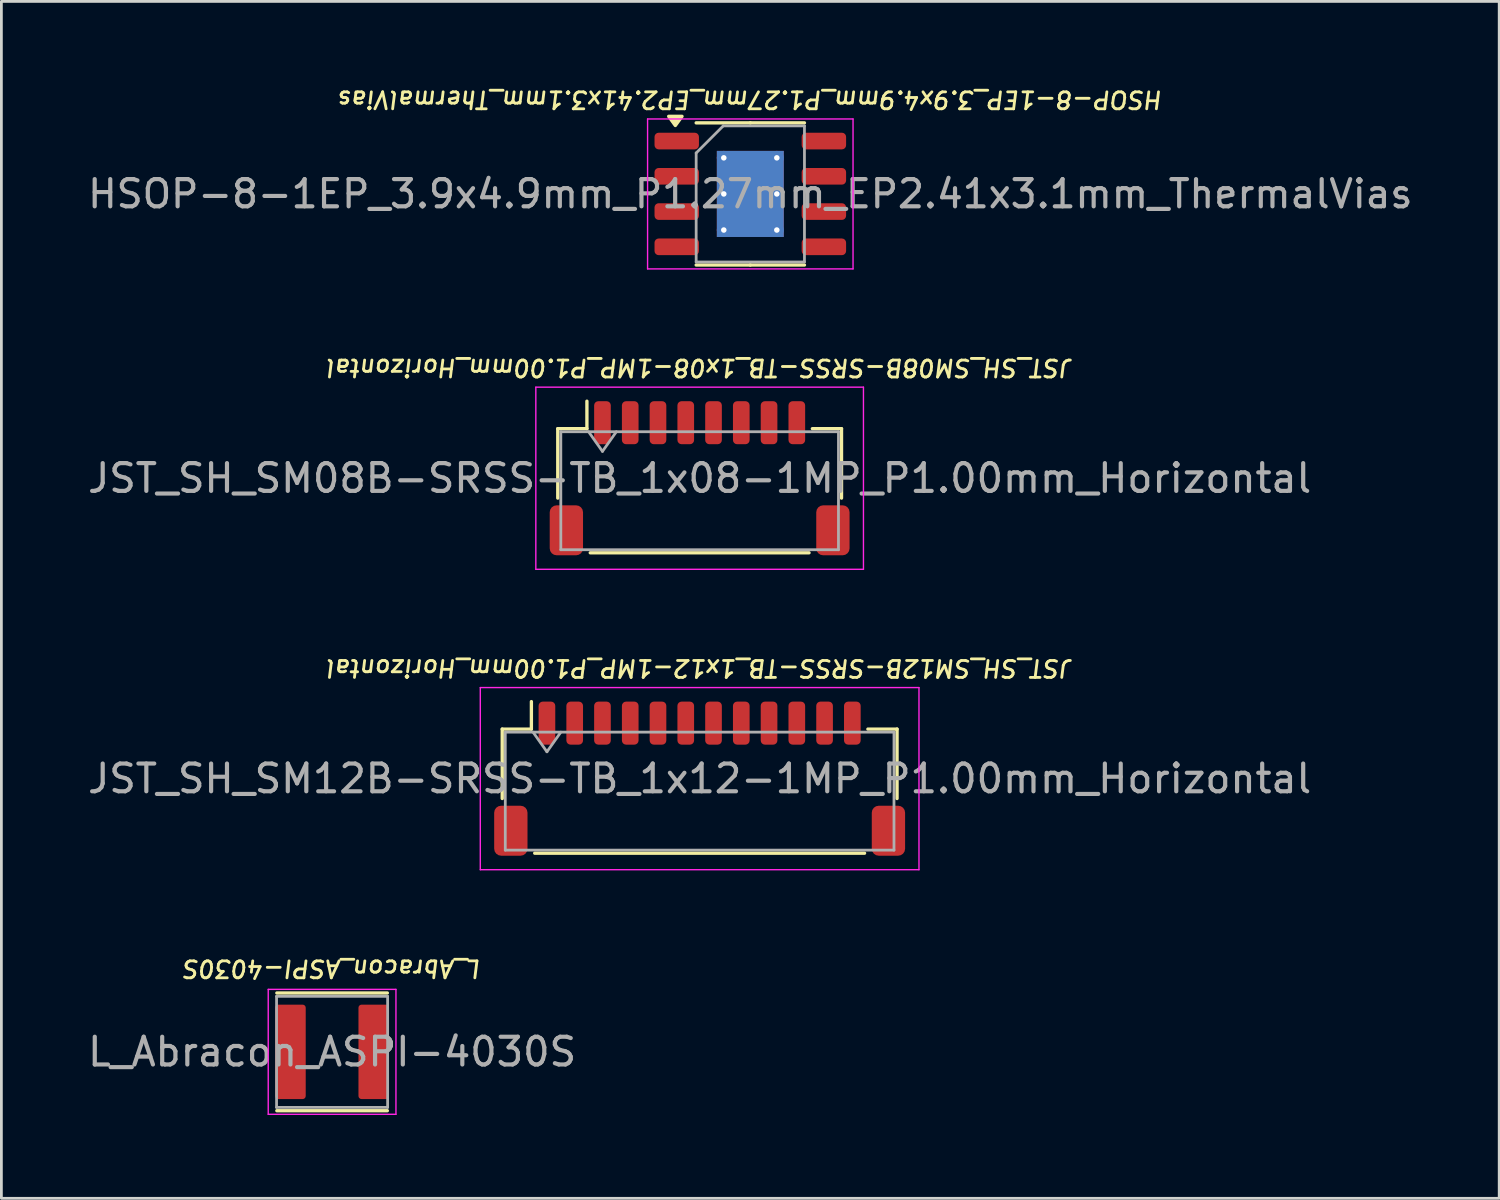
<source format=kicad_pcb>
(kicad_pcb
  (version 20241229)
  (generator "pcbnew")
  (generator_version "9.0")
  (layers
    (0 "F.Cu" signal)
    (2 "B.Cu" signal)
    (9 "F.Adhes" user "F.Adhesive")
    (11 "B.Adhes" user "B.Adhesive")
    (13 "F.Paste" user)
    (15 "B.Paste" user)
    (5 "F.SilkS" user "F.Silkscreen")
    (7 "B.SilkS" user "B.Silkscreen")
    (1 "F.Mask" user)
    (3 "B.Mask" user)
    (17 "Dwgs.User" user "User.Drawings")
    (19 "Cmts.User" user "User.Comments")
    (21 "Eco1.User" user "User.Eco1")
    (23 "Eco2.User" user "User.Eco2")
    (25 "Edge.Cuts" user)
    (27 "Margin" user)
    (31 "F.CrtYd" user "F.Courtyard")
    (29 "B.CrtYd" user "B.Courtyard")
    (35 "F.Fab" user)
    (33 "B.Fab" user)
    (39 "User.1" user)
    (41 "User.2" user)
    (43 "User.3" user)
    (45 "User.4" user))
  (footprint "JST_SH_SM12B-SRSS-TB_1x12-1MP_P1.00mm_Horizontal"
    (layer "F.Cu")
    (at 22.149 24.995)
    (property "Reference" "JST_SH_SM12B-SRSS-TB_1x12-1MP_P1.00mm_Horizontal" (at 0 -3.98 180) (unlocked yes) (layer "F.SilkS") (effects (font (size 0.61 0.61) (thickness 0.102) (italic yes))))
    (attr smd)
    (fp_line (start -7.11 -1.785) (end -6.06 -1.785) (stroke (width 0.12) (type solid)) (layer "F.SilkS"))
    (fp_line (start -7.11 0.715) (end -7.11 -1.785) (stroke (width 0.12) (type solid)) (layer "F.SilkS"))
    (fp_line (start -6.06 -1.785) (end -6.06 -2.775) (stroke (width 0.12) (type solid)) (layer "F.SilkS"))
    (fp_line (start -5.94 2.685) (end 5.94 2.685) (stroke (width 0.12) (type solid)) (layer "F.SilkS"))
    (fp_line (start 7.11 -1.785) (end 6.06 -1.785) (stroke (width 0.12) (type solid)) (layer "F.SilkS"))
    (fp_line (start 7.11 0.715) (end 7.11 -1.785) (stroke (width 0.12) (type solid)) (layer "F.SilkS"))
    (fp_line (start -7.9 -3.28) (end -7.9 3.28) (stroke (width 0.05) (type solid)) (layer "F.CrtYd"))
    (fp_line (start -7.9 3.28) (end 7.9 3.28) (stroke (width 0.05) (type solid)) (layer "F.CrtYd"))
    (fp_line (start 7.9 -3.28) (end -7.9 -3.28) (stroke (width 0.05) (type solid)) (layer "F.CrtYd"))
    (fp_line (start 7.9 3.28) (end 7.9 -3.28) (stroke (width 0.05) (type solid)) (layer "F.CrtYd"))
    (fp_line (start -7 -1.675) (end -7 2.575) (stroke (width 0.1) (type solid)) (layer "F.Fab"))
    (fp_line (start -7 -1.675) (end 7 -1.675) (stroke (width 0.1) (type solid)) (layer "F.Fab"))
    (fp_line (start -7 2.575) (end 7 2.575) (stroke (width 0.1) (type solid)) (layer "F.Fab"))
    (fp_line (start -6 -1.675) (end -5.5 -0.968) (stroke (width 0.1) (type solid)) (layer "F.Fab"))
    (fp_line (start -5.5 -0.968) (end -5 -1.675) (stroke (width 0.1) (type solid)) (layer "F.Fab"))
    (fp_line (start 7 -1.675) (end 7 2.575) (stroke (width 0.1) (type solid)) (layer "F.Fab"))
    (fp_text user "${REFERENCE}" (at 0 0 0) (layer "F.Fab") (effects (font (size 1 1) (thickness 0.15))))
    (pad "1" smd roundrect (at -5.5 -2 180) (size 0.6 1.55) (layers "F.Cu" "F.Mask" "F.Paste") (roundrect_rratio 0.25))
    (pad "2" smd roundrect (at -4.5 -2 180) (size 0.6 1.55) (layers "F.Cu" "F.Mask" "F.Paste") (roundrect_rratio 0.25))
    (pad "3" smd roundrect (at -3.5 -2 180) (size 0.6 1.55) (layers "F.Cu" "F.Mask" "F.Paste") (roundrect_rratio 0.25))
    (pad "4" smd roundrect (at -2.5 -2 180) (size 0.6 1.55) (layers "F.Cu" "F.Mask" "F.Paste") (roundrect_rratio 0.25))
    (pad "5" smd roundrect (at -1.5 -2 180) (size 0.6 1.55) (layers "F.Cu" "F.Mask" "F.Paste") (roundrect_rratio 0.25))
    (pad "6" smd roundrect (at -0.5 -2 180) (size 0.6 1.55) (layers "F.Cu" "F.Mask" "F.Paste") (roundrect_rratio 0.25))
    (pad "7" smd roundrect (at 0.5 -2 180) (size 0.6 1.55) (layers "F.Cu" "F.Mask" "F.Paste") (roundrect_rratio 0.25))
    (pad "8" smd roundrect (at 1.5 -2 180) (size 0.6 1.55) (layers "F.Cu" "F.Mask" "F.Paste") (roundrect_rratio 0.25))
    (pad "9" smd roundrect (at 2.5 -2 180) (size 0.6 1.55) (layers "F.Cu" "F.Mask" "F.Paste") (roundrect_rratio 0.25))
    (pad "10" smd roundrect (at 3.5 -2 180) (size 0.6 1.55) (layers "F.Cu" "F.Mask" "F.Paste") (roundrect_rratio 0.25))
    (pad "11" smd roundrect (at 4.5 -2 180) (size 0.6 1.55) (layers "F.Cu" "F.Mask" "F.Paste") (roundrect_rratio 0.25))
    (pad "12" smd roundrect (at 5.5 -2 180) (size 0.6 1.55) (layers "F.Cu" "F.Mask" "F.Paste") (roundrect_rratio 0.25))
    (pad "MP" smd roundrect (at -6.8 1.875 180) (size 1.2 1.8) (layers "F.Cu" "F.Mask" "F.Paste") (roundrect_rratio 0.208))
    (pad "MP" smd roundrect (at 6.8 1.875 180) (size 1.2 1.8) (layers "F.Cu" "F.Mask" "F.Paste") (roundrect_rratio 0.208)))
  (footprint "HSOP-8-1EP_3.9x4.9mm_P1.27mm_EP2.41x3.1mm_ThermalVias"
    (layer "F.Cu")
    (at 23.974 3.935)
    (property "Reference" "HSOP-8-1EP_3.9x4.9mm_P1.27mm_EP2.41x3.1mm_ThermalVias" (at 0 -3.4 180) (unlocked yes) (layer "F.SilkS") (effects (font (size 0.61 0.61) (thickness 0.102) (italic yes))))
    (attr smd)
    (fp_line (start 0 -2.56) (end -1.95 -2.56) (stroke (width 0.12) (type solid)) (layer "F.SilkS"))
    (fp_line (start 0 -2.56) (end 1.95 -2.56) (stroke (width 0.12) (type solid)) (layer "F.SilkS"))
    (fp_line (start 0 2.56) (end -1.95 2.56) (stroke (width 0.12) (type solid)) (layer "F.SilkS"))
    (fp_line (start 0 2.56) (end 1.95 2.56) (stroke (width 0.12) (type solid)) (layer "F.SilkS"))
    (fp_poly (pts (xy -2.7 -2.465) (xy -2.94 -2.795) (xy -2.46 -2.795) (xy -2.7 -2.465)) (stroke (width 0.12) (type solid)) (fill yes) (layer "F.SilkS"))
    (fp_line (start -3.7 -2.7) (end -3.7 2.7) (stroke (width 0.05) (type solid)) (layer "F.CrtYd"))
    (fp_line (start -3.7 2.7) (end 3.7 2.7) (stroke (width 0.05) (type solid)) (layer "F.CrtYd"))
    (fp_line (start 3.7 -2.7) (end -3.7 -2.7) (stroke (width 0.05) (type solid)) (layer "F.CrtYd"))
    (fp_line (start 3.7 2.7) (end 3.7 -2.7) (stroke (width 0.05) (type solid)) (layer "F.CrtYd"))
    (fp_line (start -1.95 -1.475) (end -0.975 -2.45) (stroke (width 0.1) (type solid)) (layer "F.Fab"))
    (fp_line (start -1.95 2.45) (end -1.95 -1.475) (stroke (width 0.1) (type solid)) (layer "F.Fab"))
    (fp_line (start -0.975 -2.45) (end 1.95 -2.45) (stroke (width 0.1) (type solid)) (layer "F.Fab"))
    (fp_line (start 1.95 -2.45) (end 1.95 2.45) (stroke (width 0.1) (type solid)) (layer "F.Fab"))
    (fp_line (start 1.95 2.45) (end -1.95 2.45) (stroke (width 0.1) (type solid)) (layer "F.Fab"))
    (fp_text user "${REFERENCE}" (at 0 0 0) (layer "F.Fab") (effects (font (size 0.98 0.98) (thickness 0.15))))
    (pad "" smd roundrect (at -0.6 -0.775 180) (size 0.97 1.25) (layers "F.Paste") (roundrect_rratio 0.25))
    (pad "" smd roundrect (at -0.6 0.775 180) (size 0.97 1.25) (layers "F.Paste") (roundrect_rratio 0.25))
    (pad "" smd roundrect (at 0.6 -0.775 180) (size 0.97 1.25) (layers "F.Paste") (roundrect_rratio 0.25))
    (pad "" smd roundrect (at 0.6 0.775 180) (size 0.97 1.25) (layers "F.Paste") (roundrect_rratio 0.25))
    (pad "1" smd roundrect (at -2.65 -1.905 180) (size 1.6 0.6) (layers "F.Cu" "F.Mask" "F.Paste") (roundrect_rratio 0.25))
    (pad "2" smd roundrect (at -2.65 -0.635 180) (size 1.6 0.6) (layers "F.Cu" "F.Mask" "F.Paste") (roundrect_rratio 0.25))
    (pad "3" smd roundrect (at -2.65 0.635 180) (size 1.6 0.6) (layers "F.Cu" "F.Mask" "F.Paste") (roundrect_rratio 0.25))
    (pad "4" smd roundrect (at -2.65 1.905 180) (size 1.6 0.6) (layers "F.Cu" "F.Mask" "F.Paste") (roundrect_rratio 0.25))
    (pad "5" smd roundrect (at 2.65 1.905 180) (size 1.6 0.6) (layers "F.Cu" "F.Mask" "F.Paste") (roundrect_rratio 0.25))
    (pad "6" smd roundrect (at 2.65 0.635 180) (size 1.6 0.6) (layers "F.Cu" "F.Mask" "F.Paste") (roundrect_rratio 0.25))
    (pad "7" smd roundrect (at 2.65 -0.635 180) (size 1.6 0.6) (layers "F.Cu" "F.Mask" "F.Paste") (roundrect_rratio 0.25))
    (pad "8" smd roundrect (at 2.65 -1.905 180) (size 1.6 0.6) (layers "F.Cu" "F.Mask" "F.Paste") (roundrect_rratio 0.25))
    (pad "9" thru_hole circle (at -0.955 -1.3 180) (size 0.5 0.5) (drill 0.2) (property pad_prop_heatsink) (layers "*.Cu"))
    (pad "9" thru_hole circle (at -0.955 0 180) (size 0.5 0.5) (drill 0.2) (property pad_prop_heatsink) (layers "*.Cu"))
    (pad "9" thru_hole circle (at -0.955 1.3 180) (size 0.5 0.5) (drill 0.2) (property pad_prop_heatsink) (layers "*.Cu"))
    (pad "9" smd rect (at 0 0 180) (size 2.41 3.1) (property pad_prop_heatsink) (layers "F.Cu" "F.Mask"))
    (pad "9" smd rect (at 0 0 180) (size 2.41 3.1) (property pad_prop_heatsink) (layers "B.Cu"))
    (pad "9" thru_hole circle (at 0.955 -1.3 180) (size 0.5 0.5) (drill 0.2) (property pad_prop_heatsink) (layers "*.Cu"))
    (pad "9" thru_hole circle (at 0.955 0 180) (size 0.5 0.5) (drill 0.2) (property pad_prop_heatsink) (layers "*.Cu"))
    (pad "9" thru_hole circle (at 0.955 1.3 180) (size 0.5 0.5) (drill 0.2) (property pad_prop_heatsink) (layers "*.Cu")))
  (footprint "L_Abracon_ASPI-4030S"
    (layer "F.Cu")
    (at 8.911 34.835)
    (property "Reference" "L_Abracon_ASPI-4030S" (at 0 -3 180) (unlocked yes) (layer "F.SilkS") (effects (font (size 0.61 0.61) (thickness 0.102) (italic yes))))
    (attr smd)
    (fp_line (start -1.99 -2.12) (end 1.99 -2.12) (stroke (width 0.12) (type solid)) (layer "F.SilkS"))
    (fp_line (start -1.99 2.12) (end 1.99 2.12) (stroke (width 0.12) (type solid)) (layer "F.SilkS"))
    (fp_line (start -2.3 -2.25) (end -2.3 2.25) (stroke (width 0.05) (type solid)) (layer "F.CrtYd"))
    (fp_line (start -2.3 2.25) (end 2.3 2.25) (stroke (width 0.05) (type solid)) (layer "F.CrtYd"))
    (fp_line (start 2.3 -2.25) (end -2.3 -2.25) (stroke (width 0.05) (type solid)) (layer "F.CrtYd"))
    (fp_line (start 2.3 2.25) (end 2.3 -2.25) (stroke (width 0.05) (type solid)) (layer "F.CrtYd"))
    (fp_line (start -2 -2) (end 2 -2) (stroke (width 0.1) (type solid)) (layer "F.Fab"))
    (fp_line (start -2 2) (end -2 -2) (stroke (width 0.1) (type solid)) (layer "F.Fab"))
    (fp_line (start 2 -2) (end 2 2) (stroke (width 0.1) (type solid)) (layer "F.Fab"))
    (fp_line (start 2 2) (end -2 2) (stroke (width 0.1) (type solid)) (layer "F.Fab"))
    (fp_text user "${REFERENCE}" (at 0 0 0) (layer "F.Fab") (effects (font (size 1 1) (thickness 0.15))))
    (pad "1" smd roundrect (at -1.5 0 180) (size 1.1 3.4) (layers "F.Cu" "F.Mask" "F.Paste") (roundrect_rratio 0.1))
    (pad "2" smd roundrect (at 1.5 0 180) (size 1.1 3.4) (layers "F.Cu" "F.Mask" "F.Paste") (roundrect_rratio 0.1)))
  (footprint "JST_SH_SM08B-SRSS-TB_1x08-1MP_P1.00mm_Horizontal"
    (layer "F.Cu")
    (at 22.149 14.175)
    (property "Reference" "JST_SH_SM08B-SRSS-TB_1x08-1MP_P1.00mm_Horizontal" (at 0 -3.98 180) (unlocked yes) (layer "F.SilkS") (effects (font (size 0.61 0.61) (thickness 0.102) (italic yes))))
    (attr smd)
    (fp_line (start -5.11 -1.785) (end -4.06 -1.785) (stroke (width 0.12) (type solid)) (layer "F.SilkS"))
    (fp_line (start -5.11 0.715) (end -5.11 -1.785) (stroke (width 0.12) (type solid)) (layer "F.SilkS"))
    (fp_line (start -4.06 -1.785) (end -4.06 -2.775) (stroke (width 0.12) (type solid)) (layer "F.SilkS"))
    (fp_line (start -3.94 2.685) (end 3.94 2.685) (stroke (width 0.12) (type solid)) (layer "F.SilkS"))
    (fp_line (start 5.11 -1.785) (end 4.06 -1.785) (stroke (width 0.12) (type solid)) (layer "F.SilkS"))
    (fp_line (start 5.11 0.715) (end 5.11 -1.785) (stroke (width 0.12) (type solid)) (layer "F.SilkS"))
    (fp_line (start -5.9 -3.28) (end -5.9 3.28) (stroke (width 0.05) (type solid)) (layer "F.CrtYd"))
    (fp_line (start -5.9 3.28) (end 5.9 3.28) (stroke (width 0.05) (type solid)) (layer "F.CrtYd"))
    (fp_line (start 5.9 -3.28) (end -5.9 -3.28) (stroke (width 0.05) (type solid)) (layer "F.CrtYd"))
    (fp_line (start 5.9 3.28) (end 5.9 -3.28) (stroke (width 0.05) (type solid)) (layer "F.CrtYd"))
    (fp_line (start -5 -1.675) (end -5 2.575) (stroke (width 0.1) (type solid)) (layer "F.Fab"))
    (fp_line (start -5 -1.675) (end 5 -1.675) (stroke (width 0.1) (type solid)) (layer "F.Fab"))
    (fp_line (start -5 2.575) (end 5 2.575) (stroke (width 0.1) (type solid)) (layer "F.Fab"))
    (fp_line (start -4 -1.675) (end -3.5 -0.968) (stroke (width 0.1) (type solid)) (layer "F.Fab"))
    (fp_line (start -3.5 -0.968) (end -3 -1.675) (stroke (width 0.1) (type solid)) (layer "F.Fab"))
    (fp_line (start 5 -1.675) (end 5 2.575) (stroke (width 0.1) (type solid)) (layer "F.Fab"))
    (fp_text user "${REFERENCE}" (at 0 0 0) (layer "F.Fab") (effects (font (size 1 1) (thickness 0.15))))
    (pad "1" smd roundrect (at -3.5 -2 180) (size 0.6 1.55) (layers "F.Cu" "F.Mask" "F.Paste") (roundrect_rratio 0.25))
    (pad "2" smd roundrect (at -2.5 -2 180) (size 0.6 1.55) (layers "F.Cu" "F.Mask" "F.Paste") (roundrect_rratio 0.25))
    (pad "3" smd roundrect (at -1.5 -2 180) (size 0.6 1.55) (layers "F.Cu" "F.Mask" "F.Paste") (roundrect_rratio 0.25))
    (pad "4" smd roundrect (at -0.5 -2 180) (size 0.6 1.55) (layers "F.Cu" "F.Mask" "F.Paste") (roundrect_rratio 0.25))
    (pad "5" smd roundrect (at 0.5 -2 180) (size 0.6 1.55) (layers "F.Cu" "F.Mask" "F.Paste") (roundrect_rratio 0.25))
    (pad "6" smd roundrect (at 1.5 -2 180) (size 0.6 1.55) (layers "F.Cu" "F.Mask" "F.Paste") (roundrect_rratio 0.25))
    (pad "7" smd roundrect (at 2.5 -2 180) (size 0.6 1.55) (layers "F.Cu" "F.Mask" "F.Paste") (roundrect_rratio 0.25))
    (pad "8" smd roundrect (at 3.5 -2 180) (size 0.6 1.55) (layers "F.Cu" "F.Mask" "F.Paste") (roundrect_rratio 0.25))
    (pad "MP" smd roundrect (at -4.8 1.875 180) (size 1.2 1.8) (layers "F.Cu" "F.Mask" "F.Paste") (roundrect_rratio 0.208))
    (pad "MP" smd roundrect (at 4.8 1.875 180) (size 1.2 1.8) (layers "F.Cu" "F.Mask" "F.Paste") (roundrect_rratio 0.208)))
  (gr_rect
    (start -3 -3)
    (end 50.947 40.11)
    (stroke (width 0.1) (type default))
    (fill no)
    (layer "Edge.Cuts")))
</source>
